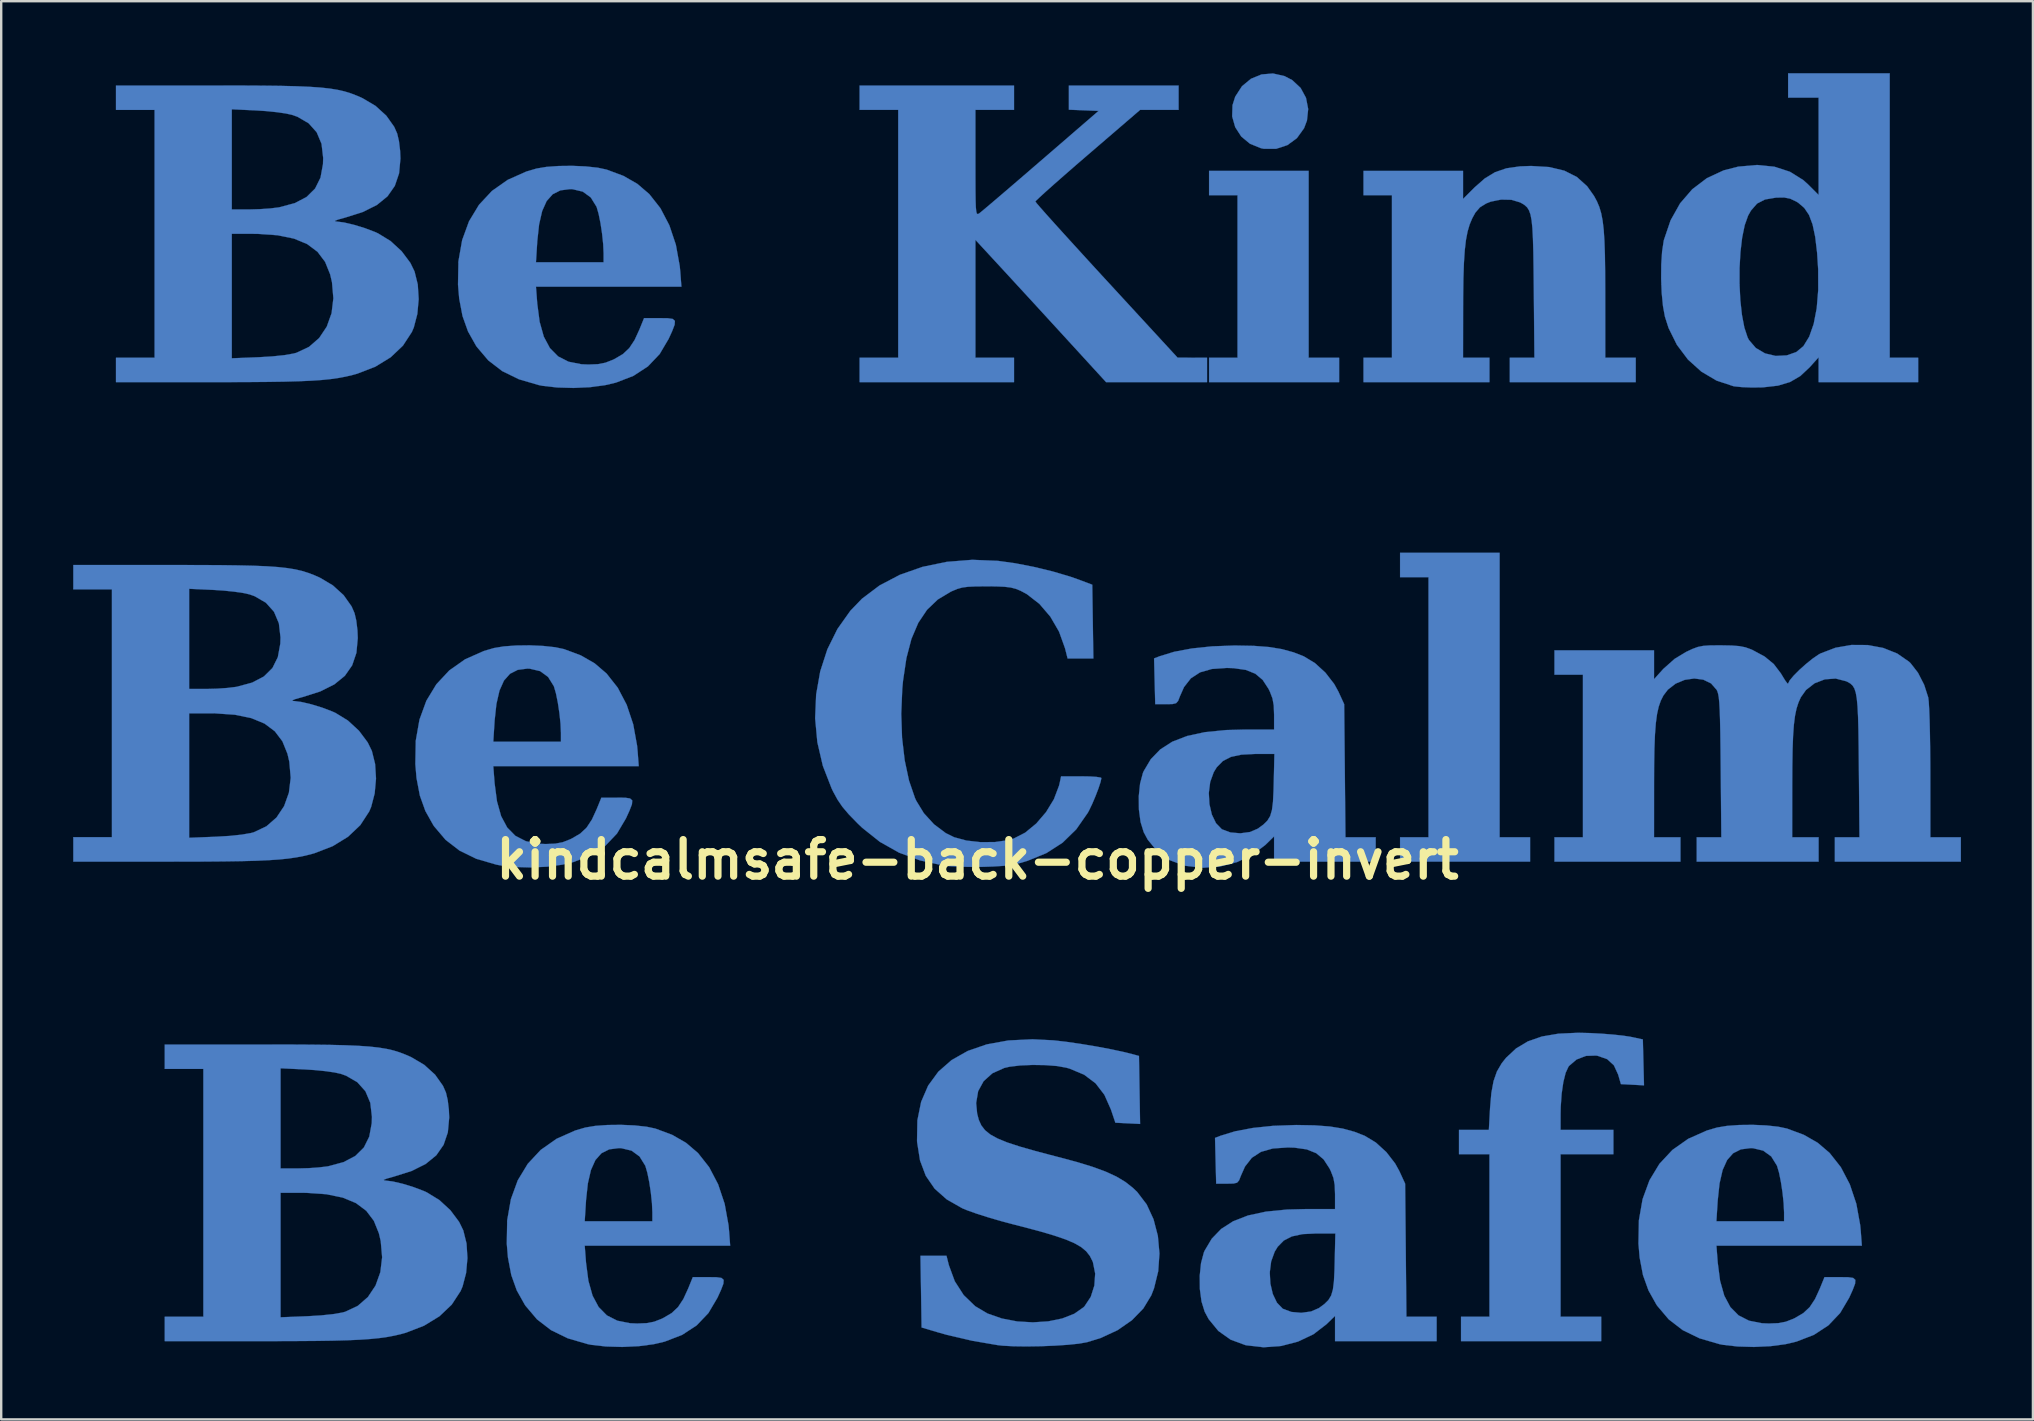
<source format=kicad_pcb>
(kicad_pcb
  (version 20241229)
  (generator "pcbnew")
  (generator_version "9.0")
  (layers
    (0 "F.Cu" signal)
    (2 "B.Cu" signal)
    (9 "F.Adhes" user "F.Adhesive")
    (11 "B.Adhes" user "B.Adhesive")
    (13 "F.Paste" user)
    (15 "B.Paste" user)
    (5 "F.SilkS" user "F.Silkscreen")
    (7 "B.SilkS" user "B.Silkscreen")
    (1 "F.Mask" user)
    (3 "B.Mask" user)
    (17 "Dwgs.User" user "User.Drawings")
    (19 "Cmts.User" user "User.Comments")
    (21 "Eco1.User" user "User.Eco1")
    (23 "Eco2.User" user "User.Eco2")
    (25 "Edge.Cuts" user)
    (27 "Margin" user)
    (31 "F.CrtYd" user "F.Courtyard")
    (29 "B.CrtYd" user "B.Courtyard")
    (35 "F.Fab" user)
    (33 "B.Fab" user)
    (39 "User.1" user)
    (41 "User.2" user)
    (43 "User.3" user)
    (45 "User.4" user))
  (footprint "kindcalmsafe-back-copper-invert"
    (layer "B.Cu")
    (at 37.682 32.771)
    (property "Reference" "kindcalmsafe-back-copper-invert" (at 0 0 0) (layer "F.SilkS") (effects (font (size 1.524 1.524) (thickness 0.3))))
    (attr through_hole)
    (fp_poly (pts (xy 13.801 -20.913) (xy 15.071 -20.913) (xy 15.071 -19.897) (xy 9.652 -19.897) (xy 9.652 -20.913) (xy 10.837 -20.913) (xy 10.837 -27.686) (xy 9.652 -27.686) (xy 9.652 -28.702) (xy 13.801 -28.702) (xy 13.801 -20.913)) (stroke (width 0.01) (type solid)) (fill yes) (layer "B.Cu"))
    (fp_poly (pts (xy 21.759 -0.931) (xy 23.029 -0.931) (xy 23.029 0.085) (xy 17.611 0.085) (xy 17.611 -0.931) (xy 18.796 -0.931) (xy 18.796 -11.769) (xy 17.611 -11.769) (xy 17.611 -12.785) (xy 21.759 -12.785) (xy 21.759 -0.931)) (stroke (width 0.01) (type solid)) (fill yes) (layer "B.Cu"))
    (fp_poly (pts (xy 12.795 -32.651) (xy 13.119 -32.482) (xy 13.467 -32.157) (xy 13.691 -31.744) (xy 13.782 -31.278) (xy 13.731 -30.797) (xy 13.61 -30.478) (xy 13.313 -30.065) (xy 12.916 -29.774) (xy 12.45 -29.621) (xy 11.946 -29.619) (xy 11.816 -29.644) (xy 11.357 -29.83) (xy 10.993 -30.132) (xy 10.741 -30.522) (xy 10.614 -30.968) (xy 10.629 -31.44) (xy 10.741 -31.793) (xy 11.022 -32.227) (xy 11.398 -32.539) (xy 11.838 -32.719) (xy 12.314 -32.759) (xy 12.795 -32.651)) (stroke (width 0.01) (type solid)) (fill yes) (layer "B.Cu"))
    (fp_poly (pts (xy 25.527 7.228) (xy 26.011 7.254) (xy 26.483 7.291) (xy 26.893 7.335) (xy 27.191 7.379) (xy 27.22 7.385) (xy 27.728 7.493) (xy 27.776 9.407) (xy 27.295 9.381) (xy 26.814 9.356) (xy 26.699 8.959) (xy 26.521 8.572) (xy 26.241 8.316) (xy 25.844 8.177) (xy 25.779 8.166) (xy 25.359 8.179) (xy 24.967 8.329) (xy 24.657 8.594) (xy 24.625 8.636) (xy 24.51 8.888) (xy 24.414 9.273) (xy 24.344 9.757) (xy 24.306 10.304) (xy 24.3 10.604) (xy 24.299 11.261) (xy 26.501 11.261) (xy 26.501 12.277) (xy 24.299 12.277) (xy 24.299 19.05) (xy 25.993 19.05) (xy 25.993 20.066) (xy 20.151 20.066) (xy 20.151 19.05) (xy 21.336 19.05) (xy 21.336 12.277) (xy 20.066 12.277) (xy 20.066 11.261) (xy 21.311 11.261) (xy 21.361 10.351) (xy 21.415 9.727) (xy 21.506 9.233) (xy 21.646 8.831) (xy 21.849 8.483) (xy 22.03 8.256) (xy 22.447 7.867) (xy 22.937 7.575) (xy 23.518 7.372) (xy 24.209 7.254) (xy 25.025 7.216) (xy 25.527 7.228)) (stroke (width 0.01) (type solid)) (fill yes) (layer "B.Cu"))
    (fp_poly (pts (xy 1.524 -31.242) (xy -0.085 -31.242) (xy -0.085 -29.03) (xy -0.084 -28.363) (xy -0.082 -27.846) (xy -0.077 -27.463) (xy -0.068 -27.195) (xy -0.052 -27.024) (xy -0.029 -26.931) (xy 0.002 -26.9) (xy 0.044 -26.911) (xy 0.08 -26.935) (xy 0.18 -27.015) (xy 0.392 -27.193) (xy 0.702 -27.456) (xy 1.094 -27.791) (xy 1.553 -28.184) (xy 2.064 -28.623) (xy 2.61 -29.095) (xy 2.646 -29.125) (xy 5.047 -31.2) (xy 3.81 -31.249) (xy 3.81 -32.258) (xy 8.382 -32.258) (xy 8.382 -31.242) (xy 6.779 -31.242) (xy 4.596 -29.365) (xy 4.08 -28.92) (xy 3.608 -28.508) (xy 3.194 -28.144) (xy 2.853 -27.84) (xy 2.6 -27.609) (xy 2.449 -27.465) (xy 2.413 -27.422) (xy 2.469 -27.348) (xy 2.629 -27.162) (xy 2.882 -26.876) (xy 3.218 -26.501) (xy 3.627 -26.049) (xy 4.097 -25.533) (xy 4.617 -24.963) (xy 5.177 -24.352) (xy 5.376 -24.136) (xy 8.34 -20.917) (xy 9.567 -20.913) (xy 9.567 -19.897) (xy 5.36 -19.897) (xy 3.717 -21.692) (xy 3.222 -22.232) (xy 2.699 -22.803) (xy 2.178 -23.371) (xy 1.688 -23.903) (xy 1.26 -24.369) (xy 0.995 -24.656) (xy -0.085 -25.826) (xy -0.085 -20.913) (xy 1.524 -20.913) (xy 1.524 -19.897) (xy -4.911 -19.897) (xy -4.911 -20.913) (xy -3.302 -20.913) (xy -3.302 -31.242) (xy -4.911 -31.242) (xy -4.911 -32.258) (xy 1.524 -32.258) (xy 1.524 -31.242)) (stroke (width 0.01) (type solid)) (fill yes) (layer "B.Cu"))
    (fp_poly (pts (xy 23.826 -28.86) (xy 24.457 -28.709) (xy 24.979 -28.445) (xy 25.406 -28.061) (xy 25.693 -27.657) (xy 25.815 -27.431) (xy 25.914 -27.197) (xy 25.992 -26.934) (xy 26.052 -26.623) (xy 26.097 -26.244) (xy 26.127 -25.777) (xy 26.147 -25.202) (xy 26.157 -24.5) (xy 26.161 -23.65) (xy 26.161 -23.558) (xy 26.162 -20.913) (xy 27.432 -20.913) (xy 27.432 -19.897) (xy 22.183 -19.897) (xy 22.183 -20.913) (xy 23.209 -20.913) (xy 23.183 -23.812) (xy 23.174 -24.647) (xy 23.164 -25.329) (xy 23.148 -25.876) (xy 23.126 -26.305) (xy 23.093 -26.633) (xy 23.047 -26.877) (xy 22.985 -27.053) (xy 22.905 -27.18) (xy 22.803 -27.274) (xy 22.678 -27.352) (xy 22.609 -27.388) (xy 22.249 -27.495) (xy 21.82 -27.504) (xy 21.389 -27.418) (xy 21.197 -27.341) (xy 20.939 -27.181) (xy 20.749 -26.961) (xy 20.62 -26.727) (xy 20.512 -26.471) (xy 20.425 -26.176) (xy 20.357 -25.824) (xy 20.307 -25.394) (xy 20.272 -24.866) (xy 20.25 -24.22) (xy 20.24 -23.435) (xy 20.238 -22.966) (xy 20.235 -20.913) (xy 21.336 -20.913) (xy 21.336 -19.897) (xy 16.087 -19.897) (xy 16.087 -20.913) (xy 17.272 -20.913) (xy 17.272 -27.686) (xy 16.087 -27.686) (xy 16.087 -28.702) (xy 20.235 -28.702) (xy 20.235 -27.53) (xy 20.723 -28.018) (xy 21.143 -28.387) (xy 21.568 -28.645) (xy 22.041 -28.807) (xy 22.604 -28.888) (xy 23.072 -28.905) (xy 23.826 -28.86)) (stroke (width 0.01) (type solid)) (fill yes) (layer "B.Cu"))
    (fp_poly (pts (xy 38.015 -20.913) (xy 39.201 -20.913) (xy 39.201 -19.897) (xy 35.052 -19.897) (xy 35.052 -20.931) (xy 34.673 -20.51) (xy 34.288 -20.15) (xy 33.862 -19.902) (xy 33.36 -19.751) (xy 32.744 -19.681) (xy 32.639 -19.677) (xy 32.242 -19.674) (xy 31.859 -19.689) (xy 31.558 -19.719) (xy 31.496 -19.73) (xy 30.801 -19.96) (xy 30.166 -20.335) (xy 29.608 -20.838) (xy 29.147 -21.451) (xy 28.798 -22.156) (xy 28.647 -22.629) (xy 28.567 -23.067) (xy 28.514 -23.61) (xy 28.499 -23.975) (xy 31.757 -23.975) (xy 31.79 -23.312) (xy 31.857 -22.7) (xy 31.958 -22.172) (xy 32.093 -21.763) (xy 32.15 -21.652) (xy 32.437 -21.319) (xy 32.821 -21.094) (xy 33.264 -20.989) (xy 33.725 -21.012) (xy 34.122 -21.151) (xy 34.419 -21.397) (xy 34.661 -21.792) (xy 34.847 -22.322) (xy 34.973 -22.975) (xy 35.036 -23.737) (xy 35.034 -24.596) (xy 34.989 -25.291) (xy 34.91 -25.952) (xy 34.801 -26.468) (xy 34.653 -26.862) (xy 34.455 -27.156) (xy 34.2 -27.374) (xy 34.115 -27.425) (xy 33.864 -27.543) (xy 33.615 -27.591) (xy 33.288 -27.586) (xy 33.265 -27.584) (xy 32.819 -27.508) (xy 32.488 -27.338) (xy 32.233 -27.046) (xy 32.114 -26.835) (xy 31.973 -26.439) (xy 31.866 -25.92) (xy 31.795 -25.314) (xy 31.758 -24.654) (xy 31.757 -23.975) (xy 28.499 -23.975) (xy 28.49 -24.205) (xy 28.495 -24.801) (xy 28.53 -25.342) (xy 28.596 -25.777) (xy 28.606 -25.823) (xy 28.884 -26.64) (xy 29.28 -27.347) (xy 29.787 -27.935) (xy 30.395 -28.396) (xy 31.096 -28.722) (xy 31.702 -28.877) (xy 32.488 -28.946) (xy 33.211 -28.874) (xy 33.857 -28.664) (xy 34.413 -28.317) (xy 34.607 -28.142) (xy 35.052 -27.697) (xy 35.052 -31.75) (xy 33.782 -31.75) (xy 33.782 -32.766) (xy 38.015 -32.766) (xy 38.015 -20.913)) (stroke (width 0.01) (type solid)) (fill yes) (layer "B.Cu"))
    (fp_poly (pts (xy -18.096 -8.904) (xy -17.598 -8.85) (xy -17.233 -8.773) (xy -16.532 -8.512) (xy -15.954 -8.181) (xy -15.458 -7.757) (xy -15.454 -7.753) (xy -14.99 -7.164) (xy -14.617 -6.452) (xy -14.345 -5.639) (xy -14.184 -4.752) (xy -14.161 -4.508) (xy -14.115 -3.895) (xy -20.176 -3.895) (xy -20.122 -3.191) (xy -20.022 -2.427) (xy -19.849 -1.811) (xy -19.594 -1.334) (xy -19.253 -0.989) (xy -18.817 -0.767) (xy -18.281 -0.661) (xy -17.987 -0.649) (xy -17.594 -0.665) (xy -17.284 -0.724) (xy -16.975 -0.845) (xy -16.902 -0.88) (xy -16.554 -1.084) (xy -16.287 -1.334) (xy -16.065 -1.671) (xy -15.865 -2.108) (xy -15.672 -2.582) (xy -15.012 -2.582) (xy -14.682 -2.579) (xy -14.478 -2.549) (xy -14.386 -2.468) (xy -14.397 -2.308) (xy -14.499 -2.043) (xy -14.646 -1.72) (xy -15.021 -1.086) (xy -15.51 -0.572) (xy -16.115 -0.177) (xy -16.843 0.104) (xy -17.301 0.212) (xy -17.923 0.295) (xy -18.609 0.327) (xy -19.291 0.308) (xy -19.9 0.238) (xy -20.054 0.208) (xy -20.883 -0.033) (xy -21.581 -0.374) (xy -22.163 -0.823) (xy -22.642 -1.387) (xy -22.676 -1.437) (xy -23.007 -2.027) (xy -23.236 -2.668) (xy -23.375 -3.398) (xy -23.424 -3.979) (xy -23.407 -4.911) (xy -20.176 -4.911) (xy -17.357 -4.911) (xy -17.357 -5.286) (xy -17.374 -5.663) (xy -17.42 -6.099) (xy -17.486 -6.539) (xy -17.565 -6.928) (xy -17.646 -7.208) (xy -17.655 -7.23) (xy -17.892 -7.611) (xy -18.225 -7.854) (xy -18.652 -7.955) (xy -18.757 -7.959) (xy -19.157 -7.907) (xy -19.479 -7.744) (xy -19.731 -7.461) (xy -19.917 -7.046) (xy -20.045 -6.489) (xy -20.122 -5.78) (xy -20.124 -5.736) (xy -20.176 -4.911) (xy -23.407 -4.911) (xy -23.407 -4.951) (xy -23.252 -5.833) (xy -22.965 -6.62) (xy -22.549 -7.305) (xy -22.01 -7.883) (xy -21.35 -8.348) (xy -20.574 -8.692) (xy -20.151 -8.816) (xy -19.737 -8.885) (xy -19.22 -8.922) (xy -18.655 -8.929) (xy -18.096 -8.904)) (stroke (width 0.01) (type solid)) (fill yes) (layer "B.Cu"))
    (fp_poly (pts (xy -16.318 -28.886) (xy -15.82 -28.832) (xy -15.455 -28.754) (xy -14.754 -28.493) (xy -14.176 -28.162) (xy -13.68 -27.738) (xy -13.676 -27.735) (xy -13.212 -27.146) (xy -12.839 -26.433) (xy -12.567 -25.621) (xy -12.406 -24.733) (xy -12.383 -24.49) (xy -12.337 -23.876) (xy -18.398 -23.876) (xy -18.344 -23.172) (xy -18.244 -22.408) (xy -18.071 -21.792) (xy -17.816 -21.315) (xy -17.475 -20.97) (xy -17.039 -20.748) (xy -16.503 -20.642) (xy -16.209 -20.63) (xy -15.816 -20.646) (xy -15.506 -20.706) (xy -15.197 -20.826) (xy -15.124 -20.861) (xy -14.776 -21.066) (xy -14.509 -21.316) (xy -14.287 -21.653) (xy -14.087 -22.089) (xy -13.894 -22.564) (xy -13.234 -22.564) (xy -12.904 -22.56) (xy -12.7 -22.531) (xy -12.608 -22.449) (xy -12.619 -22.29) (xy -12.721 -22.024) (xy -12.868 -21.702) (xy -13.243 -21.067) (xy -13.732 -20.553) (xy -14.337 -20.158) (xy -15.065 -19.877) (xy -15.523 -19.769) (xy -16.145 -19.686) (xy -16.831 -19.655) (xy -17.513 -19.674) (xy -18.122 -19.743) (xy -18.276 -19.773) (xy -19.105 -20.015) (xy -19.803 -20.356) (xy -20.385 -20.804) (xy -20.864 -21.368) (xy -20.898 -21.419) (xy -21.229 -22.008) (xy -21.458 -22.65) (xy -21.597 -23.38) (xy -21.646 -23.961) (xy -21.629 -24.892) (xy -18.398 -24.892) (xy -15.579 -24.892) (xy -15.579 -25.267) (xy -15.596 -25.644) (xy -15.642 -26.081) (xy -15.708 -26.521) (xy -15.787 -26.909) (xy -15.868 -27.19) (xy -15.877 -27.211) (xy -16.114 -27.593) (xy -16.447 -27.835) (xy -16.874 -27.937) (xy -16.979 -27.94) (xy -17.379 -27.888) (xy -17.701 -27.726) (xy -17.953 -27.442) (xy -18.139 -27.027) (xy -18.267 -26.47) (xy -18.344 -25.761) (xy -18.346 -25.718) (xy -18.398 -24.892) (xy -21.629 -24.892) (xy -21.629 -24.932) (xy -21.474 -25.814) (xy -21.187 -26.601) (xy -20.771 -27.287) (xy -20.232 -27.865) (xy -19.572 -28.329) (xy -18.796 -28.674) (xy -18.373 -28.798) (xy -17.959 -28.867) (xy -17.442 -28.904) (xy -16.877 -28.91) (xy -16.318 -28.886)) (stroke (width 0.01) (type solid)) (fill yes) (layer "B.Cu"))
    (fp_poly (pts (xy -14.286 11.077) (xy -13.788 11.131) (xy -13.423 11.208) (xy -12.722 11.469) (xy -12.144 11.801) (xy -11.648 12.224) (xy -11.644 12.228) (xy -11.18 12.817) (xy -10.807 13.53) (xy -10.535 14.342) (xy -10.374 15.229) (xy -10.351 15.473) (xy -10.305 16.087) (xy -16.366 16.087) (xy -16.312 16.79) (xy -16.212 17.554) (xy -16.039 18.171) (xy -15.784 18.647) (xy -15.443 18.993) (xy -15.007 19.214) (xy -14.471 19.32) (xy -14.177 19.332) (xy -13.784 19.316) (xy -13.474 19.257) (xy -13.165 19.137) (xy -13.092 19.101) (xy -12.744 18.897) (xy -12.477 18.647) (xy -12.255 18.31) (xy -12.055 17.874) (xy -11.862 17.399) (xy -11.202 17.399) (xy -10.872 17.403) (xy -10.668 17.432) (xy -10.576 17.513) (xy -10.587 17.673) (xy -10.689 17.938) (xy -10.836 18.261) (xy -11.211 18.896) (xy -11.7 19.409) (xy -12.305 19.805) (xy -13.033 20.086) (xy -13.491 20.194) (xy -14.113 20.276) (xy -14.799 20.308) (xy -15.481 20.289) (xy -16.09 20.22) (xy -16.244 20.19) (xy -17.073 19.948) (xy -17.771 19.607) (xy -18.353 19.159) (xy -18.832 18.595) (xy -18.866 18.544) (xy -19.197 17.954) (xy -19.426 17.313) (xy -19.565 16.583) (xy -19.614 16.002) (xy -19.597 15.071) (xy -16.366 15.071) (xy -13.547 15.071) (xy -13.547 14.696) (xy -13.564 14.319) (xy -13.61 13.882) (xy -13.676 13.442) (xy -13.755 13.054) (xy -13.836 12.773) (xy -13.845 12.752) (xy -14.082 12.37) (xy -14.415 12.128) (xy -14.842 12.026) (xy -14.947 12.023) (xy -15.347 12.075) (xy -15.669 12.237) (xy -15.921 12.521) (xy -16.107 12.936) (xy -16.235 13.493) (xy -16.312 14.202) (xy -16.314 14.245) (xy -16.366 15.071) (xy -19.597 15.071) (xy -19.597 15.031) (xy -19.442 14.149) (xy -19.155 13.362) (xy -18.739 12.676) (xy -18.2 12.098) (xy -17.54 11.634) (xy -16.764 11.289) (xy -16.341 11.165) (xy -15.927 11.096) (xy -15.41 11.059) (xy -14.845 11.053) (xy -14.286 11.077)) (stroke (width 0.01) (type solid)) (fill yes) (layer "B.Cu"))
    (fp_poly (pts (xy 32.873 11.077) (xy 33.371 11.131) (xy 33.736 11.208) (xy 34.437 11.469) (xy 35.016 11.801) (xy 35.512 12.224) (xy 35.515 12.228) (xy 35.979 12.817) (xy 36.352 13.53) (xy 36.624 14.342) (xy 36.785 15.229) (xy 36.808 15.473) (xy 36.854 16.087) (xy 30.794 16.087) (xy 30.848 16.79) (xy 30.947 17.554) (xy 31.121 18.171) (xy 31.375 18.647) (xy 31.717 18.993) (xy 32.152 19.214) (xy 32.689 19.32) (xy 32.983 19.332) (xy 33.376 19.316) (xy 33.685 19.257) (xy 33.994 19.137) (xy 34.068 19.101) (xy 34.415 18.897) (xy 34.682 18.647) (xy 34.904 18.31) (xy 35.104 17.874) (xy 35.297 17.399) (xy 35.958 17.399) (xy 36.287 17.403) (xy 36.492 17.432) (xy 36.583 17.513) (xy 36.572 17.673) (xy 36.471 17.938) (xy 36.324 18.261) (xy 35.948 18.896) (xy 35.46 19.409) (xy 34.854 19.805) (xy 34.126 20.086) (xy 33.669 20.194) (xy 33.046 20.276) (xy 32.36 20.308) (xy 31.678 20.289) (xy 31.069 20.22) (xy 30.915 20.19) (xy 30.087 19.948) (xy 29.388 19.607) (xy 28.806 19.159) (xy 28.328 18.595) (xy 28.293 18.544) (xy 27.963 17.954) (xy 27.733 17.313) (xy 27.594 16.583) (xy 27.545 16.002) (xy 27.562 15.071) (xy 30.793 15.071) (xy 33.613 15.071) (xy 33.613 14.696) (xy 33.595 14.319) (xy 33.549 13.882) (xy 33.483 13.442) (xy 33.405 13.054) (xy 33.323 12.773) (xy 33.315 12.752) (xy 33.078 12.37) (xy 32.744 12.128) (xy 32.317 12.026) (xy 32.212 12.023) (xy 31.812 12.075) (xy 31.49 12.237) (xy 31.239 12.521) (xy 31.052 12.936) (xy 30.924 13.493) (xy 30.848 14.202) (xy 30.845 14.245) (xy 30.793 15.071) (xy 27.562 15.071) (xy 27.563 15.031) (xy 27.717 14.149) (xy 28.005 13.362) (xy 28.42 12.676) (xy 28.96 12.098) (xy 29.619 11.634) (xy 30.395 11.289) (xy 30.819 11.165) (xy 31.233 11.096) (xy 31.75 11.059) (xy 32.315 11.053) (xy 32.873 11.077)) (stroke (width 0.01) (type solid)) (fill yes) (layer "B.Cu"))
    (fp_poly (pts (xy 11.515 -8.907) (xy 12.147 -8.859) (xy 12.688 -8.771) (xy 13.175 -8.637) (xy 13.599 -8.471) (xy 14.062 -8.191) (xy 14.5 -7.791) (xy 14.866 -7.318) (xy 15.039 -7.005) (xy 15.282 -6.477) (xy 15.309 -3.704) (xy 15.335 -0.931) (xy 16.595 -0.931) (xy 16.595 0.085) (xy 12.361 0.085) (xy 12.361 -0.967) (xy 12.002 -0.616) (xy 11.461 -0.201) (xy 10.82 0.103) (xy 10.116 0.286) (xy 9.385 0.341) (xy 8.662 0.258) (xy 8.614 0.247) (xy 8.007 0.022) (xy 7.498 -0.34) (xy 7.096 -0.83) (xy 6.928 -1.143) (xy 6.797 -1.567) (xy 6.728 -2.086) (xy 6.722 -2.64) (xy 6.737 -2.78) (xy 9.641 -2.78) (xy 9.666 -2.314) (xy 9.767 -1.879) (xy 9.94 -1.518) (xy 10.178 -1.271) (xy 10.194 -1.261) (xy 10.54 -1.132) (xy 10.953 -1.096) (xy 11.361 -1.151) (xy 11.685 -1.291) (xy 11.916 -1.46) (xy 12.083 -1.625) (xy 12.199 -1.816) (xy 12.272 -2.066) (xy 12.315 -2.406) (xy 12.338 -2.867) (xy 12.346 -3.181) (xy 12.374 -4.403) (xy 11.577 -4.403) (xy 11.002 -4.374) (xy 10.561 -4.28) (xy 10.227 -4.108) (xy 9.972 -3.848) (xy 9.847 -3.644) (xy 9.699 -3.238) (xy 9.641 -2.78) (xy 6.737 -2.78) (xy 6.777 -3.168) (xy 6.895 -3.611) (xy 6.926 -3.683) (xy 7.222 -4.182) (xy 7.616 -4.59) (xy 8.116 -4.912) (xy 8.734 -5.151) (xy 9.48 -5.312) (xy 10.363 -5.399) (xy 11.13 -5.419) (xy 12.361 -5.419) (xy 12.361 -6.038) (xy 12.347 -6.422) (xy 12.294 -6.717) (xy 12.185 -7.002) (xy 12.129 -7.116) (xy 11.886 -7.488) (xy 11.579 -7.746) (xy 11.183 -7.905) (xy 10.669 -7.978) (xy 10.391 -7.987) (xy 9.769 -7.944) (xy 9.275 -7.803) (xy 8.894 -7.555) (xy 8.608 -7.19) (xy 8.434 -6.798) (xy 8.362 -6.613) (xy 8.277 -6.518) (xy 8.128 -6.482) (xy 7.865 -6.477) (xy 7.408 -6.477) (xy 7.384 -7.431) (xy 7.36 -8.384) (xy 7.596 -8.476) (xy 8.199 -8.661) (xy 8.937 -8.799) (xy 9.78 -8.887) (xy 10.698 -8.921) (xy 10.753 -8.921) (xy 11.515 -8.907)) (stroke (width 0.01) (type solid)) (fill yes) (layer "B.Cu"))
    (fp_poly (pts (xy 14.055 11.074) (xy 14.687 11.122) (xy 15.228 11.21) (xy 15.715 11.344) (xy 16.139 11.51) (xy 16.602 11.79) (xy 17.04 12.19) (xy 17.406 12.663) (xy 17.579 12.976) (xy 17.822 13.504) (xy 17.849 16.277) (xy 17.875 19.05) (xy 19.135 19.05) (xy 19.135 20.066) (xy 14.901 20.066) (xy 14.901 19.015) (xy 14.541 19.365) (xy 14.001 19.78) (xy 13.36 20.084) (xy 12.656 20.268) (xy 11.925 20.322) (xy 11.202 20.239) (xy 11.154 20.228) (xy 10.547 20.003) (xy 10.038 19.641) (xy 9.636 19.151) (xy 9.468 18.838) (xy 9.337 18.415) (xy 9.268 17.896) (xy 9.262 17.342) (xy 9.277 17.201) (xy 12.181 17.201) (xy 12.206 17.668) (xy 12.307 18.102) (xy 12.48 18.464) (xy 12.718 18.71) (xy 12.734 18.72) (xy 13.08 18.849) (xy 13.493 18.886) (xy 13.901 18.83) (xy 14.225 18.69) (xy 14.456 18.521) (xy 14.623 18.357) (xy 14.739 18.165) (xy 14.812 17.915) (xy 14.855 17.575) (xy 14.878 17.115) (xy 14.886 16.8) (xy 14.914 15.579) (xy 14.117 15.579) (xy 13.542 15.607) (xy 13.101 15.702) (xy 12.767 15.873) (xy 12.512 16.133) (xy 12.387 16.337) (xy 12.239 16.744) (xy 12.181 17.201) (xy 9.277 17.201) (xy 9.317 16.813) (xy 9.435 16.37) (xy 9.466 16.298) (xy 9.762 15.799) (xy 10.156 15.391) (xy 10.656 15.07) (xy 11.274 14.83) (xy 12.02 14.669) (xy 12.903 14.582) (xy 13.67 14.563) (xy 14.901 14.563) (xy 14.901 13.943) (xy 14.887 13.559) (xy 14.834 13.264) (xy 14.725 12.98) (xy 14.668 12.865) (xy 14.426 12.494) (xy 14.119 12.235) (xy 13.723 12.076) (xy 13.209 12.003) (xy 12.931 11.995) (xy 12.309 12.038) (xy 11.815 12.178) (xy 11.434 12.426) (xy 11.148 12.792) (xy 10.974 13.183) (xy 10.902 13.368) (xy 10.817 13.464) (xy 10.668 13.499) (xy 10.405 13.504) (xy 9.948 13.504) (xy 9.924 12.551) (xy 9.9 11.597) (xy 10.136 11.505) (xy 10.739 11.321) (xy 11.477 11.182) (xy 12.32 11.094) (xy 13.238 11.061) (xy 13.293 11.06) (xy 14.055 11.074)) (stroke (width 0.01) (type solid)) (fill yes) (layer "B.Cu"))
    (fp_poly (pts (xy 0.856 -12.449) (xy 1.562 -12.351) (xy 2.345 -12.199) (xy 3.135 -12.008) (xy 3.864 -11.793) (xy 4.233 -11.663) (xy 4.784 -11.455) (xy 4.807 -9.919) (xy 4.83 -8.382) (xy 3.757 -8.382) (xy 3.648 -8.81) (xy 3.4 -9.5) (xy 3.037 -10.125) (xy 2.581 -10.657) (xy 2.054 -11.065) (xy 1.796 -11.203) (xy 1.594 -11.285) (xy 1.384 -11.339) (xy 1.123 -11.37) (xy 0.77 -11.385) (xy 0.381 -11.388) (xy -0.067 -11.384) (xy -0.389 -11.37) (xy -0.631 -11.338) (xy -0.836 -11.281) (xy -1.048 -11.193) (xy -1.113 -11.163) (xy -1.652 -10.84) (xy -2.101 -10.411) (xy -2.466 -9.867) (xy -2.751 -9.198) (xy -2.961 -8.395) (xy -3.102 -7.448) (xy -3.133 -7.114) (xy -3.176 -6.077) (xy -3.142 -5.075) (xy -3.032 -4.137) (xy -2.852 -3.292) (xy -2.604 -2.57) (xy -2.552 -2.455) (xy -2.234 -1.935) (xy -1.81 -1.471) (xy -1.322 -1.105) (xy -0.971 -0.932) (xy -0.461 -0.794) (xy 0.129 -0.727) (xy 0.731 -0.732) (xy 1.281 -0.811) (xy 1.504 -0.875) (xy 1.988 -1.123) (xy 2.45 -1.503) (xy 2.859 -1.98) (xy 3.186 -2.517) (xy 3.399 -3.078) (xy 3.427 -3.196) (xy 3.485 -3.471) (xy 4.325 -3.471) (xy 4.679 -3.465) (xy 4.959 -3.447) (xy 5.13 -3.42) (xy 5.165 -3.4) (xy 5.131 -3.236) (xy 5.044 -2.97) (xy 4.921 -2.649) (xy 4.784 -2.325) (xy 4.65 -2.046) (xy 4.6 -1.954) (xy 4.117 -1.261) (xy 3.547 -0.705) (xy 2.873 -0.271) (xy 2.088 0.05) (xy 1.752 0.149) (xy 1.436 0.216) (xy 1.089 0.26) (xy 0.661 0.287) (xy 0.254 0.301) (xy -0.223 0.305) (xy -0.69 0.298) (xy -1.095 0.28) (xy -1.385 0.252) (xy -1.397 0.25) (xy -2.39 0.035) (xy -3.271 -0.291) (xy -4.067 -0.74) (xy -4.803 -1.326) (xy -5.005 -1.52) (xy -5.361 -1.886) (xy -5.624 -2.195) (xy -5.829 -2.495) (xy -6.014 -2.835) (xy -6.076 -2.963) (xy -6.444 -3.91) (xy -6.672 -4.892) (xy -6.764 -5.889) (xy -6.722 -6.88) (xy -6.552 -7.845) (xy -6.255 -8.762) (xy -5.835 -9.61) (xy -5.296 -10.37) (xy -4.812 -10.872) (xy -4.08 -11.424) (xy -3.234 -11.868) (xy -2.294 -12.198) (xy -1.281 -12.408) (xy -0.216 -12.493) (xy 0.856 -12.449)) (stroke (width 0.01) (type solid)) (fill yes) (layer "B.Cu"))
    (fp_poly (pts (xy -32.512 -12.275) (xy -31.596 -12.271) (xy -30.818 -12.261) (xy -30.161 -12.246) (xy -29.61 -12.223) (xy -29.149 -12.191) (xy -28.762 -12.148) (xy -28.433 -12.095) (xy -28.145 -12.028) (xy -27.885 -11.947) (xy -27.634 -11.851) (xy -27.405 -11.75) (xy -26.865 -11.43) (xy -26.413 -11.021) (xy -26.082 -10.554) (xy -25.958 -10.271) (xy -25.885 -9.959) (xy -25.837 -9.56) (xy -25.823 -9.23) (xy -25.88 -8.616) (xy -26.057 -8.095) (xy -26.361 -7.659) (xy -26.802 -7.3) (xy -27.388 -7.007) (xy -28.128 -6.772) (xy -28.152 -6.766) (xy -28.424 -6.69) (xy -28.553 -6.637) (xy -28.527 -6.612) (xy -28.503 -6.61) (xy -28.177 -6.569) (xy -27.76 -6.472) (xy -27.31 -6.335) (xy -26.888 -6.174) (xy -26.755 -6.115) (xy -26.235 -5.796) (xy -25.774 -5.371) (xy -25.41 -4.885) (xy -25.235 -4.527) (xy -25.101 -3.986) (xy -25.063 -3.374) (xy -25.119 -2.756) (xy -25.266 -2.194) (xy -25.347 -2.005) (xy -25.718 -1.436) (xy -26.229 -0.952) (xy -26.87 -0.559) (xy -27.629 -0.266) (xy -27.807 -0.216) (xy -28.091 -0.149) (xy -28.389 -0.092) (xy -28.718 -0.044) (xy -29.094 -0.006) (xy -29.534 0.024) (xy -30.055 0.048) (xy -30.672 0.064) (xy -31.404 0.075) (xy -32.265 0.082) (xy -33.273 0.084) (xy -33.674 0.085) (xy -37.677 0.085) (xy -37.677 -0.931) (xy -36.068 -0.931) (xy -36.068 -6.096) (xy -32.851 -6.096) (xy -32.851 -0.909) (xy -31.729 -0.954) (xy -31.154 -0.988) (xy -30.657 -1.041) (xy -30.276 -1.107) (xy -30.157 -1.139) (xy -29.633 -1.386) (xy -29.209 -1.755) (xy -28.893 -2.229) (xy -28.693 -2.787) (xy -28.618 -3.411) (xy -28.676 -4.08) (xy -28.753 -4.41) (xy -28.963 -4.929) (xy -29.279 -5.347) (xy -29.708 -5.668) (xy -30.26 -5.896) (xy -30.944 -6.037) (xy -31.767 -6.094) (xy -31.966 -6.096) (xy -32.851 -6.096) (xy -36.068 -6.096) (xy -36.068 -7.112) (xy -32.851 -7.112) (xy -32.104 -7.112) (xy -31.687 -7.123) (xy -31.261 -7.153) (xy -30.909 -7.196) (xy -30.859 -7.204) (xy -30.225 -7.376) (xy -29.734 -7.633) (xy -29.379 -7.984) (xy -29.154 -8.437) (xy -29.051 -9) (xy -29.043 -9.262) (xy -29.111 -9.847) (xy -29.314 -10.327) (xy -29.65 -10.703) (xy -30.119 -10.976) (xy -30.336 -11.053) (xy -30.599 -11.111) (xy -30.979 -11.166) (xy -31.42 -11.211) (xy -31.814 -11.237) (xy -32.851 -11.285) (xy -32.851 -7.112) (xy -36.068 -7.112) (xy -36.068 -11.261) (xy -37.677 -11.261) (xy -37.677 -12.277) (xy -33.581 -12.277) (xy -32.512 -12.275)) (stroke (width 0.01) (type solid)) (fill yes) (layer "B.Cu"))
    (fp_poly (pts (xy -30.734 -32.257) (xy -29.818 -32.252) (xy -29.04 -32.243) (xy -28.383 -32.227) (xy -27.832 -32.204) (xy -27.371 -32.172) (xy -26.984 -32.13) (xy -26.655 -32.076) (xy -26.367 -32.01) (xy -26.107 -31.929) (xy -25.856 -31.832) (xy -25.627 -31.731) (xy -25.087 -31.412) (xy -24.635 -31.002) (xy -24.304 -30.535) (xy -24.18 -30.253) (xy -24.107 -29.941) (xy -24.059 -29.541) (xy -24.045 -29.212) (xy -24.102 -28.597) (xy -24.279 -28.076) (xy -24.583 -27.641) (xy -25.024 -27.281) (xy -25.61 -26.988) (xy -26.35 -26.753) (xy -26.374 -26.747) (xy -26.646 -26.671) (xy -26.775 -26.618) (xy -26.749 -26.593) (xy -26.725 -26.592) (xy -26.399 -26.551) (xy -25.982 -26.453) (xy -25.532 -26.316) (xy -25.11 -26.156) (xy -24.977 -26.096) (xy -24.457 -25.777) (xy -23.996 -25.353) (xy -23.632 -24.867) (xy -23.457 -24.508) (xy -23.323 -23.967) (xy -23.285 -23.355) (xy -23.341 -22.737) (xy -23.488 -22.175) (xy -23.569 -21.986) (xy -23.94 -21.418) (xy -24.451 -20.933) (xy -25.092 -20.54) (xy -25.851 -20.247) (xy -26.029 -20.198) (xy -26.313 -20.13) (xy -26.611 -20.073) (xy -26.94 -20.026) (xy -27.316 -19.987) (xy -27.756 -19.957) (xy -28.277 -19.934) (xy -28.894 -19.917) (xy -29.626 -19.906) (xy -30.487 -19.899) (xy -31.495 -19.897) (xy -31.896 -19.897) (xy -35.899 -19.897) (xy -35.899 -20.913) (xy -34.29 -20.913) (xy -34.29 -26.077) (xy -31.073 -26.077) (xy -31.073 -20.891) (xy -29.951 -20.935) (xy -29.376 -20.97) (xy -28.879 -21.022) (xy -28.498 -21.089) (xy -28.379 -21.12) (xy -27.855 -21.367) (xy -27.431 -21.737) (xy -27.115 -22.21) (xy -26.915 -22.769) (xy -26.84 -23.392) (xy -26.898 -24.062) (xy -26.975 -24.391) (xy -27.185 -24.91) (xy -27.501 -25.328) (xy -27.93 -25.649) (xy -28.482 -25.878) (xy -29.166 -26.018) (xy -29.989 -26.075) (xy -30.188 -26.077) (xy -31.073 -26.077) (xy -34.29 -26.077) (xy -34.29 -27.093) (xy -31.073 -27.093) (xy -30.326 -27.093) (xy -29.909 -27.105) (xy -29.483 -27.134) (xy -29.131 -27.177) (xy -29.081 -27.186) (xy -28.447 -27.357) (xy -27.956 -27.614) (xy -27.601 -27.965) (xy -27.376 -28.419) (xy -27.273 -28.981) (xy -27.265 -29.244) (xy -27.333 -29.828) (xy -27.536 -30.309) (xy -27.872 -30.685) (xy -28.341 -30.957) (xy -28.558 -31.034) (xy -28.821 -31.092) (xy -29.201 -31.147) (xy -29.642 -31.192) (xy -30.035 -31.218) (xy -31.073 -31.267) (xy -31.073 -27.093) (xy -34.29 -27.093) (xy -34.29 -31.242) (xy -35.899 -31.242) (xy -35.899 -32.258) (xy -31.803 -32.258) (xy -30.734 -32.257)) (stroke (width 0.01) (type solid)) (fill yes) (layer "B.Cu"))
    (fp_poly (pts (xy -28.702 7.706) (xy -27.786 7.711) (xy -27.008 7.72) (xy -26.351 7.736) (xy -25.8 7.759) (xy -25.339 7.791) (xy -24.952 7.833) (xy -24.623 7.887) (xy -24.335 7.953) (xy -24.075 8.034) (xy -23.824 8.131) (xy -23.595 8.232) (xy -23.055 8.551) (xy -22.603 8.96) (xy -22.272 9.427) (xy -22.148 9.71) (xy -22.075 10.022) (xy -22.027 10.421) (xy -22.013 10.751) (xy -22.07 11.366) (xy -22.247 11.886) (xy -22.551 12.322) (xy -22.992 12.682) (xy -23.578 12.975) (xy -24.318 13.209) (xy -24.342 13.216) (xy -24.614 13.292) (xy -24.743 13.344) (xy -24.717 13.37) (xy -24.693 13.371) (xy -24.367 13.412) (xy -23.95 13.509) (xy -23.5 13.647) (xy -23.078 13.807) (xy -22.945 13.867) (xy -22.425 14.186) (xy -21.964 14.61) (xy -21.6 15.096) (xy -21.425 15.454) (xy -21.291 15.996) (xy -21.253 16.607) (xy -21.309 17.226) (xy -21.456 17.787) (xy -21.537 17.977) (xy -21.908 18.545) (xy -22.419 19.03) (xy -23.06 19.422) (xy -23.819 19.716) (xy -23.997 19.765) (xy -24.281 19.833) (xy -24.579 19.89) (xy -24.908 19.937) (xy -25.284 19.975) (xy -25.724 20.006) (xy -26.245 20.029) (xy -26.862 20.046) (xy -27.594 20.057) (xy -28.455 20.063) (xy -29.463 20.066) (xy -29.864 20.066) (xy -33.867 20.066) (xy -33.867 19.05) (xy -32.258 19.05) (xy -32.258 13.885) (xy -29.041 13.885) (xy -29.041 19.072) (xy -27.919 19.028) (xy -27.344 18.993) (xy -26.847 18.94) (xy -26.466 18.874) (xy -26.347 18.842) (xy -25.823 18.596) (xy -25.399 18.226) (xy -25.083 17.752) (xy -24.883 17.194) (xy -24.808 16.571) (xy -24.866 15.901) (xy -24.943 15.572) (xy -25.153 15.052) (xy -25.469 14.635) (xy -25.898 14.314) (xy -26.45 14.085) (xy -27.134 13.944) (xy -27.957 13.887) (xy -28.156 13.885) (xy -29.041 13.885) (xy -32.258 13.885) (xy -32.258 12.869) (xy -29.041 12.869) (xy -28.294 12.869) (xy -27.877 12.858) (xy -27.451 12.828) (xy -27.099 12.786) (xy -27.049 12.777) (xy -26.415 12.606) (xy -25.924 12.348) (xy -25.569 11.997) (xy -25.344 11.544) (xy -25.241 10.981) (xy -25.233 10.719) (xy -25.301 10.134) (xy -25.504 9.654) (xy -25.84 9.278) (xy -26.309 9.006) (xy -26.526 8.928) (xy -26.789 8.87) (xy -27.169 8.815) (xy -27.61 8.771) (xy -28.003 8.745) (xy -29.041 8.696) (xy -29.041 12.869) (xy -32.258 12.869) (xy -32.258 8.721) (xy -33.867 8.721) (xy -33.867 7.705) (xy -29.771 7.705) (xy -28.702 7.706)) (stroke (width 0.01) (type solid)) (fill yes) (layer "B.Cu"))
    (fp_poly (pts (xy 37.097 -8.941) (xy 37.743 -8.821) (xy 38.328 -8.588) (xy 38.818 -8.248) (xy 38.887 -8.182) (xy 39.194 -7.786) (xy 39.451 -7.284) (xy 39.621 -6.756) (xy 39.641 -6.583) (xy 39.66 -6.264) (xy 39.677 -5.823) (xy 39.69 -5.284) (xy 39.7 -4.671) (xy 39.706 -4.006) (xy 39.707 -3.662) (xy 39.709 -0.931) (xy 40.979 -0.931) (xy 40.979 0.085) (xy 35.729 0.085) (xy 35.729 -0.931) (xy 36.755 -0.931) (xy 36.729 -3.873) (xy 36.721 -4.713) (xy 36.711 -5.401) (xy 36.696 -5.952) (xy 36.674 -6.384) (xy 36.643 -6.713) (xy 36.6 -6.957) (xy 36.543 -7.131) (xy 36.468 -7.253) (xy 36.375 -7.338) (xy 36.259 -7.405) (xy 36.197 -7.434) (xy 35.762 -7.545) (xy 35.311 -7.512) (xy 34.885 -7.348) (xy 34.526 -7.068) (xy 34.312 -6.766) (xy 34.212 -6.543) (xy 34.131 -6.292) (xy 34.069 -5.993) (xy 34.022 -5.624) (xy 33.989 -5.166) (xy 33.968 -4.598) (xy 33.957 -3.9) (xy 33.953 -3.111) (xy 33.951 -0.931) (xy 35.052 -0.931) (xy 35.052 0.085) (xy 29.972 0.085) (xy 29.972 -0.931) (xy 30.998 -0.931) (xy 30.972 -3.873) (xy 30.964 -4.673) (xy 30.955 -5.321) (xy 30.944 -5.834) (xy 30.931 -6.232) (xy 30.914 -6.531) (xy 30.893 -6.749) (xy 30.866 -6.904) (xy 30.832 -7.014) (xy 30.804 -7.074) (xy 30.57 -7.342) (xy 30.247 -7.498) (xy 29.87 -7.547) (xy 29.475 -7.491) (xy 29.097 -7.335) (xy 28.771 -7.083) (xy 28.584 -6.837) (xy 28.475 -6.621) (xy 28.388 -6.371) (xy 28.32 -6.066) (xy 28.269 -5.687) (xy 28.233 -5.215) (xy 28.21 -4.63) (xy 28.198 -3.913) (xy 28.195 -3.154) (xy 28.194 -0.931) (xy 29.295 -0.931) (xy 29.295 0.085) (xy 24.045 0.085) (xy 24.045 -0.931) (xy 25.231 -0.931) (xy 25.231 -7.705) (xy 24.045 -7.705) (xy 24.045 -8.721) (xy 28.194 -8.721) (xy 28.194 -7.517) (xy 28.581 -7.947) (xy 29.054 -8.367) (xy 29.531 -8.655) (xy 29.798 -8.78) (xy 30.017 -8.861) (xy 30.24 -8.906) (xy 30.519 -8.926) (xy 30.907 -8.929) (xy 30.986 -8.929) (xy 31.429 -8.921) (xy 31.751 -8.896) (xy 32.003 -8.846) (xy 32.232 -8.764) (xy 32.296 -8.736) (xy 32.802 -8.463) (xy 33.183 -8.15) (xy 33.482 -7.757) (xy 33.529 -7.678) (xy 33.66 -7.464) (xy 33.751 -7.342) (xy 33.781 -7.336) (xy 33.845 -7.465) (xy 34.011 -7.664) (xy 34.248 -7.903) (xy 34.523 -8.149) (xy 34.801 -8.374) (xy 35.051 -8.546) (xy 35.134 -8.592) (xy 35.759 -8.83) (xy 36.425 -8.945) (xy 37.097 -8.941)) (stroke (width 0.01) (type solid)) (fill yes) (layer "B.Cu"))
    (fp_poly (pts (xy 3.168 7.531) (xy 3.698 7.592) (xy 4.313 7.681) (xy 4.961 7.789) (xy 5.588 7.908) (xy 6.141 8.027) (xy 6.477 8.112) (xy 6.731 8.182) (xy 6.754 9.599) (xy 6.777 11.015) (xy 6.262 10.99) (xy 5.747 10.964) (xy 5.562 10.414) (xy 5.289 9.8) (xy 4.922 9.322) (xy 4.446 8.964) (xy 3.845 8.712) (xy 3.705 8.672) (xy 3.317 8.602) (xy 2.828 8.564) (xy 2.297 8.556) (xy 1.781 8.578) (xy 1.338 8.631) (xy 1.12 8.681) (xy 0.625 8.903) (xy 0.258 9.231) (xy 0.029 9.649) (xy -0.055 10.145) (xy -0.013 10.583) (xy 0.057 10.849) (xy 0.161 11.077) (xy 0.315 11.276) (xy 0.536 11.455) (xy 0.839 11.622) (xy 1.242 11.787) (xy 1.761 11.957) (xy 2.411 12.143) (xy 3.209 12.353) (xy 3.302 12.377) (xy 4.119 12.595) (xy 4.791 12.8) (xy 5.34 13.001) (xy 5.79 13.208) (xy 6.163 13.432) (xy 6.481 13.682) (xy 6.658 13.852) (xy 7.051 14.368) (xy 7.338 14.989) (xy 7.518 15.681) (xy 7.584 16.413) (xy 7.533 17.151) (xy 7.359 17.862) (xy 7.244 18.158) (xy 6.912 18.706) (xy 6.437 19.194) (xy 5.839 19.609) (xy 5.136 19.935) (xy 4.565 20.111) (xy 4.231 20.17) (xy 3.77 20.218) (xy 3.225 20.254) (xy 2.639 20.278) (xy 2.053 20.287) (xy 1.511 20.28) (xy 1.054 20.256) (xy 0.847 20.233) (xy -0.221 20.05) (xy -1.268 19.806) (xy -1.651 19.698) (xy -2.328 19.497) (xy -2.351 18.003) (xy -2.375 16.51) (xy -1.29 16.51) (xy -1.191 16.902) (xy -0.945 17.571) (xy -0.575 18.146) (xy -0.096 18.609) (xy 0.42 18.915) (xy 1.014 19.122) (xy 1.655 19.245) (xy 2.31 19.283) (xy 2.947 19.242) (xy 3.532 19.122) (xy 4.033 18.926) (xy 4.418 18.657) (xy 4.462 18.613) (xy 4.721 18.222) (xy 4.872 17.748) (xy 4.906 17.25) (xy 4.813 16.782) (xy 4.793 16.731) (xy 4.682 16.513) (xy 4.532 16.322) (xy 4.327 16.15) (xy 4.049 15.989) (xy 3.681 15.831) (xy 3.205 15.668) (xy 2.605 15.491) (xy 1.863 15.294) (xy 1.506 15.203) (xy 0.97 15.06) (xy 0.44 14.905) (xy -0.041 14.752) (xy -0.431 14.613) (xy -0.629 14.531) (xy -1.279 14.161) (xy -1.784 13.714) (xy -2.153 13.177) (xy -2.393 12.538) (xy -2.513 11.785) (xy -2.518 11.717) (xy -2.503 10.862) (xy -2.347 10.094) (xy -2.054 9.417) (xy -1.629 8.836) (xy -1.077 8.353) (xy -0.404 7.973) (xy 0.386 7.7) (xy 1.287 7.536) (xy 2.294 7.487) (xy 3.168 7.531)) (stroke (width 0.01) (type solid)) (fill yes) (layer "B.Cu")))
  (gr_rect
    (start -3 -3)
    (end 81.665 56.098)
    (stroke (width 0.1) (type default))
    (fill no)
    (layer "Edge.Cuts")))
</source>
